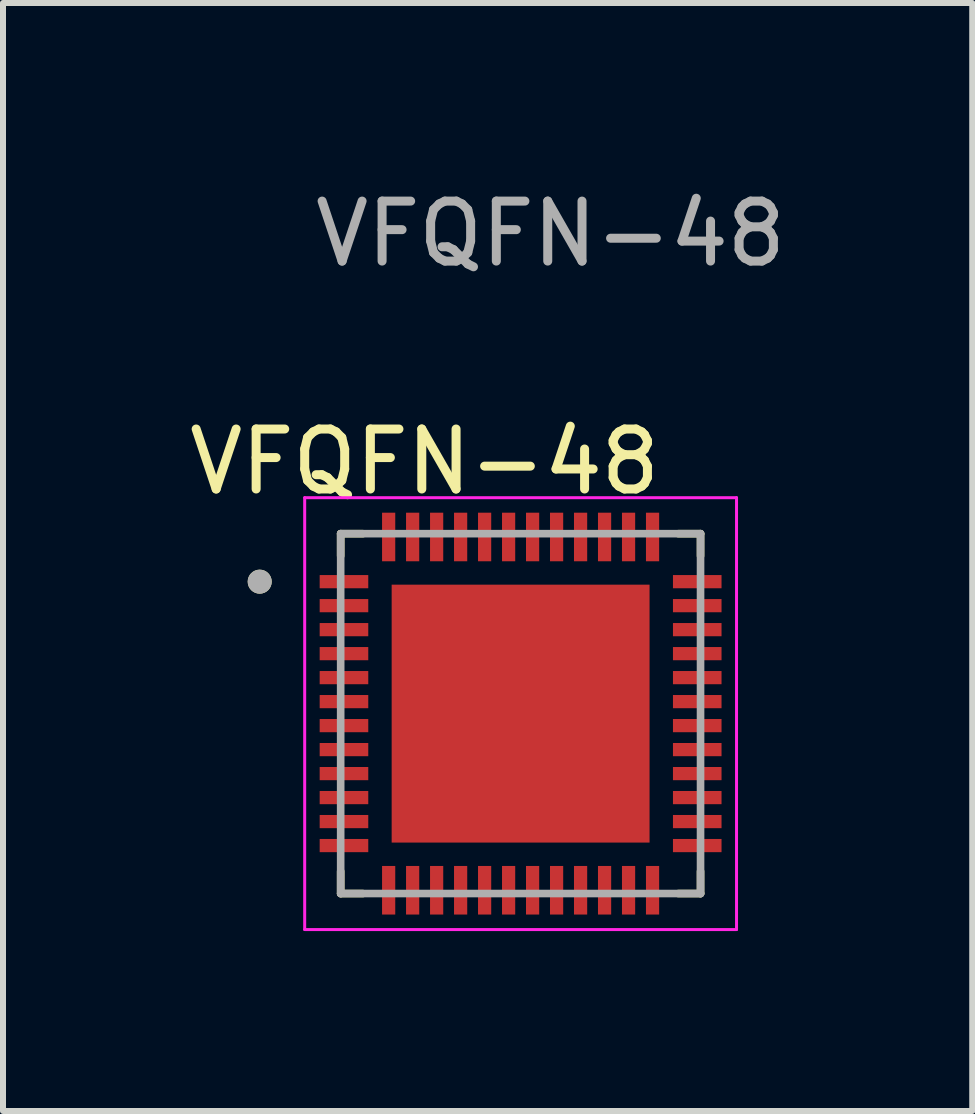
<source format=kicad_pcb>
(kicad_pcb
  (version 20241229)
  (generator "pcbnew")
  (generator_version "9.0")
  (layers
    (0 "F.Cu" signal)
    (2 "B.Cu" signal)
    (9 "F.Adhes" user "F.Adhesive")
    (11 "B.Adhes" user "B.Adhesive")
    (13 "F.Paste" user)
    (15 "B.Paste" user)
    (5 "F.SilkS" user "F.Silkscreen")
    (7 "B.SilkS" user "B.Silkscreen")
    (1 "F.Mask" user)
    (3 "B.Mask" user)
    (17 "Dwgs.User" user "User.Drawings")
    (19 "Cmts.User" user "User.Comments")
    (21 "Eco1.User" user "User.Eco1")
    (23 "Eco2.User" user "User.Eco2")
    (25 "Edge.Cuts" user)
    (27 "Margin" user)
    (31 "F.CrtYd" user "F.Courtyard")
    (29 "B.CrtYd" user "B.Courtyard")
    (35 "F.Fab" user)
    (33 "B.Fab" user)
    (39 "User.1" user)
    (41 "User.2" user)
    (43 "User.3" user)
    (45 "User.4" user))
  (footprint "VFQFN-48"
    (layer "F.Cu")
    (at 5.43 8.648)
    (property "Reference" "VFQFN-48" (at -1.4 -4 0) (unlocked yes) (layer "F.SilkS") (effects (font (size 1 1) (thickness 0.15))))
    (attr smd)
    (fp_poly (pts (xy -3.2 -2.16) (xy -2.29 -2.16) (xy -2.29 -1.84) (xy -3.2 -1.84)) (stroke (width 0.01) (type solid)) (fill yes) (layer "F.Mask"))
    (fp_poly (pts (xy -3.2 -1.76) (xy -2.29 -1.76) (xy -2.29 -1.44) (xy -3.2 -1.44)) (stroke (width 0.01) (type solid)) (fill yes) (layer "F.Mask"))
    (fp_poly (pts (xy -3.2 -1.36) (xy -2.29 -1.36) (xy -2.29 -1.04) (xy -3.2 -1.04)) (stroke (width 0.01) (type solid)) (fill yes) (layer "F.Mask"))
    (fp_poly (pts (xy -3.2 -0.96) (xy -2.29 -0.96) (xy -2.29 -0.64) (xy -3.2 -0.64)) (stroke (width 0.01) (type solid)) (fill yes) (layer "F.Mask"))
    (fp_poly (pts (xy -3.2 -0.56) (xy -2.29 -0.56) (xy -2.29 -0.24) (xy -3.2 -0.24)) (stroke (width 0.01) (type solid)) (fill yes) (layer "F.Mask"))
    (fp_poly (pts (xy -3.2 -0.16) (xy -2.29 -0.16) (xy -2.29 0.16) (xy -3.2 0.16)) (stroke (width 0.01) (type solid)) (fill yes) (layer "F.Mask"))
    (fp_poly (pts (xy -3.2 0.24) (xy -2.29 0.24) (xy -2.29 0.56) (xy -3.2 0.56)) (stroke (width 0.01) (type solid)) (fill yes) (layer "F.Mask"))
    (fp_poly (pts (xy -3.2 0.64) (xy -2.29 0.64) (xy -2.29 0.96) (xy -3.2 0.96)) (stroke (width 0.01) (type solid)) (fill yes) (layer "F.Mask"))
    (fp_poly (pts (xy -3.2 1.04) (xy -2.29 1.04) (xy -2.29 1.36) (xy -3.2 1.36)) (stroke (width 0.01) (type solid)) (fill yes) (layer "F.Mask"))
    (fp_poly (pts (xy -3.2 1.44) (xy -2.29 1.44) (xy -2.29 1.76) (xy -3.2 1.76)) (stroke (width 0.01) (type solid)) (fill yes) (layer "F.Mask"))
    (fp_poly (pts (xy -3.2 1.84) (xy -2.29 1.84) (xy -2.29 2.16) (xy -3.2 2.16)) (stroke (width 0.01) (type solid)) (fill yes) (layer "F.Mask"))
    (fp_poly (pts (xy -3.2 2.24) (xy -2.29 2.24) (xy -2.29 2.56) (xy -3.2 2.56)) (stroke (width 0.01) (type solid)) (fill yes) (layer "F.Mask"))
    (fp_poly (pts (xy -2.16 -3.2) (xy -1.84 -3.2) (xy -1.84 -2.29) (xy -2.16 -2.29)) (stroke (width 0.01) (type solid)) (fill yes) (layer "F.Mask"))
    (fp_poly (pts (xy -2.16 2.69) (xy -1.84 2.69) (xy -1.84 3.6) (xy -2.16 3.6)) (stroke (width 0.01) (type solid)) (fill yes) (layer "F.Mask"))
    (fp_poly (pts (xy -1.76 -3.2) (xy -1.44 -3.2) (xy -1.44 -2.29) (xy -1.76 -2.29)) (stroke (width 0.01) (type solid)) (fill yes) (layer "F.Mask"))
    (fp_poly (pts (xy -1.76 2.69) (xy -1.44 2.69) (xy -1.44 3.6) (xy -1.76 3.6)) (stroke (width 0.01) (type solid)) (fill yes) (layer "F.Mask"))
    (fp_poly (pts (xy -1.36 -3.2) (xy -1.04 -3.2) (xy -1.04 -2.29) (xy -1.36 -2.29)) (stroke (width 0.01) (type solid)) (fill yes) (layer "F.Mask"))
    (fp_poly (pts (xy -1.36 2.69) (xy -1.04 2.69) (xy -1.04 3.6) (xy -1.36 3.6)) (stroke (width 0.01) (type solid)) (fill yes) (layer "F.Mask"))
    (fp_poly (pts (xy -0.96 -3.2) (xy -0.64 -3.2) (xy -0.64 -2.29) (xy -0.96 -2.29)) (stroke (width 0.01) (type solid)) (fill yes) (layer "F.Mask"))
    (fp_poly (pts (xy -0.96 2.69) (xy -0.64 2.69) (xy -0.64 3.6) (xy -0.96 3.6)) (stroke (width 0.01) (type solid)) (fill yes) (layer "F.Mask"))
    (fp_poly (pts (xy -0.56 -3.2) (xy -0.24 -3.2) (xy -0.24 -2.29) (xy -0.56 -2.29)) (stroke (width 0.01) (type solid)) (fill yes) (layer "F.Mask"))
    (fp_poly (pts (xy -0.56 2.69) (xy -0.24 2.69) (xy -0.24 3.6) (xy -0.56 3.6)) (stroke (width 0.01) (type solid)) (fill yes) (layer "F.Mask"))
    (fp_poly (pts (xy -0.16 -3.2) (xy 0.16 -3.2) (xy 0.16 -2.29) (xy -0.16 -2.29)) (stroke (width 0.01) (type solid)) (fill yes) (layer "F.Mask"))
    (fp_poly (pts (xy -0.16 2.69) (xy 0.16 2.69) (xy 0.16 3.6) (xy -0.16 3.6)) (stroke (width 0.01) (type solid)) (fill yes) (layer "F.Mask"))
    (fp_poly (pts (xy 0.24 -3.2) (xy 0.56 -3.2) (xy 0.56 -2.29) (xy 0.24 -2.29)) (stroke (width 0.01) (type solid)) (fill yes) (layer "F.Mask"))
    (fp_poly (pts (xy 0.24 2.69) (xy 0.56 2.69) (xy 0.56 3.6) (xy 0.24 3.6)) (stroke (width 0.01) (type solid)) (fill yes) (layer "F.Mask"))
    (fp_poly (pts (xy 0.64 -3.2) (xy 0.96 -3.2) (xy 0.96 -2.29) (xy 0.64 -2.29)) (stroke (width 0.01) (type solid)) (fill yes) (layer "F.Mask"))
    (fp_poly (pts (xy 0.64 2.69) (xy 0.96 2.69) (xy 0.96 3.6) (xy 0.64 3.6)) (stroke (width 0.01) (type solid)) (fill yes) (layer "F.Mask"))
    (fp_poly (pts (xy 1.04 -3.2) (xy 1.36 -3.2) (xy 1.36 -2.29) (xy 1.04 -2.29)) (stroke (width 0.01) (type solid)) (fill yes) (layer "F.Mask"))
    (fp_poly (pts (xy 1.04 2.69) (xy 1.36 2.69) (xy 1.36 3.6) (xy 1.04 3.6)) (stroke (width 0.01) (type solid)) (fill yes) (layer "F.Mask"))
    (fp_poly (pts (xy 1.44 -3.2) (xy 1.76 -3.2) (xy 1.76 -2.29) (xy 1.44 -2.29)) (stroke (width 0.01) (type solid)) (fill yes) (layer "F.Mask"))
    (fp_poly (pts (xy 1.44 2.69) (xy 1.76 2.69) (xy 1.76 3.6) (xy 1.44 3.6)) (stroke (width 0.01) (type solid)) (fill yes) (layer "F.Mask"))
    (fp_poly (pts (xy 1.84 -3.2) (xy 2.16 -3.2) (xy 2.16 -2.29) (xy 1.84 -2.29)) (stroke (width 0.01) (type solid)) (fill yes) (layer "F.Mask"))
    (fp_poly (pts (xy 1.84 2.69) (xy 2.16 2.69) (xy 2.16 3.6) (xy 1.84 3.6)) (stroke (width 0.01) (type solid)) (fill yes) (layer "F.Mask"))
    (fp_poly (pts (xy 2.24 -3.2) (xy 2.56 -3.2) (xy 2.56 -2.29) (xy 2.24 -2.29)) (stroke (width 0.01) (type solid)) (fill yes) (layer "F.Mask"))
    (fp_poly (pts (xy 2.24 2.69) (xy 2.56 2.69) (xy 2.56 3.6) (xy 2.24 3.6)) (stroke (width 0.01) (type solid)) (fill yes) (layer "F.Mask"))
    (fp_poly (pts (xy 2.69 -2.16) (xy 3.6 -2.16) (xy 3.6 -1.84) (xy 2.69 -1.84)) (stroke (width 0.01) (type solid)) (fill yes) (layer "F.Mask"))
    (fp_poly (pts (xy 2.69 -1.76) (xy 3.6 -1.76) (xy 3.6 -1.44) (xy 2.69 -1.44)) (stroke (width 0.01) (type solid)) (fill yes) (layer "F.Mask"))
    (fp_poly (pts (xy 2.69 -1.36) (xy 3.6 -1.36) (xy 3.6 -1.04) (xy 2.69 -1.04)) (stroke (width 0.01) (type solid)) (fill yes) (layer "F.Mask"))
    (fp_poly (pts (xy 2.69 -0.96) (xy 3.6 -0.96) (xy 3.6 -0.64) (xy 2.69 -0.64)) (stroke (width 0.01) (type solid)) (fill yes) (layer "F.Mask"))
    (fp_poly (pts (xy 2.69 -0.56) (xy 3.6 -0.56) (xy 3.6 -0.24) (xy 2.69 -0.24)) (stroke (width 0.01) (type solid)) (fill yes) (layer "F.Mask"))
    (fp_poly (pts (xy 2.69 -0.16) (xy 3.6 -0.16) (xy 3.6 0.16) (xy 2.69 0.16)) (stroke (width 0.01) (type solid)) (fill yes) (layer "F.Mask"))
    (fp_poly (pts (xy 2.69 0.24) (xy 3.6 0.24) (xy 3.6 0.56) (xy 2.69 0.56)) (stroke (width 0.01) (type solid)) (fill yes) (layer "F.Mask"))
    (fp_poly (pts (xy 2.69 0.64) (xy 3.6 0.64) (xy 3.6 0.96) (xy 2.69 0.96)) (stroke (width 0.01) (type solid)) (fill yes) (layer "F.Mask"))
    (fp_poly (pts (xy 2.69 1.04) (xy 3.6 1.04) (xy 3.6 1.36) (xy 2.69 1.36)) (stroke (width 0.01) (type solid)) (fill yes) (layer "F.Mask"))
    (fp_poly (pts (xy 2.69 1.44) (xy 3.6 1.44) (xy 3.6 1.76) (xy 2.69 1.76)) (stroke (width 0.01) (type solid)) (fill yes) (layer "F.Mask"))
    (fp_poly (pts (xy 2.69 1.84) (xy 3.6 1.84) (xy 3.6 2.16) (xy 2.69 2.16)) (stroke (width 0.01) (type solid)) (fill yes) (layer "F.Mask"))
    (fp_poly (pts (xy 2.69 2.24) (xy 3.6 2.24) (xy 3.6 2.56) (xy 2.69 2.56)) (stroke (width 0.01) (type solid)) (fill yes) (layer "F.Mask"))
    (fp_line (start -2.8 -2.43) (end -2.8 -2.8) (stroke (width 0.127) (type solid)) (layer "F.SilkS"))
    (fp_line (start -2.8 3.2) (end -2.8 2.83) (stroke (width 0.127) (type solid)) (layer "F.SilkS"))
    (fp_line (start -2.43 -2.8) (end -2.8 -2.8) (stroke (width 0.127) (type solid)) (layer "F.SilkS"))
    (fp_line (start -2.43 3.2) (end -2.8 3.2) (stroke (width 0.127) (type solid)) (layer "F.SilkS"))
    (fp_line (start 3.2 -2.8) (end 2.83 -2.8) (stroke (width 0.127) (type solid)) (layer "F.SilkS"))
    (fp_line (start 3.2 -2.43) (end 3.2 -2.8) (stroke (width 0.127) (type solid)) (layer "F.SilkS"))
    (fp_line (start 3.2 3.2) (end 2.83 3.2) (stroke (width 0.127) (type solid)) (layer "F.SilkS"))
    (fp_line (start 3.2 3.2) (end 3.2 2.83) (stroke (width 0.127) (type solid)) (layer "F.SilkS"))
    (fp_circle (center -4.15 -2) (end -4.05 -2) (stroke (width 0.2) (type solid)) (fill no) (layer "F.SilkS"))
    (fp_poly (pts (xy -1.425 -1.425) (xy -0.065 -1.425) (xy -0.065 -0.065) (xy -1.425 -0.065)) (stroke (width 0.01) (type solid)) (fill yes) (layer "F.Paste"))
    (fp_poly (pts (xy -1.425 0.465) (xy -0.065 0.465) (xy -0.065 1.825) (xy -1.425 1.825)) (stroke (width 0.01) (type solid)) (fill yes) (layer "F.Paste"))
    (fp_poly (pts (xy 0.465 -1.425) (xy 1.825 -1.425) (xy 1.825 -0.065) (xy 0.465 -0.065)) (stroke (width 0.01) (type solid)) (fill yes) (layer "F.Paste"))
    (fp_poly (pts (xy 0.465 0.465) (xy 1.825 0.465) (xy 1.825 1.825) (xy 0.465 1.825)) (stroke (width 0.01) (type solid)) (fill yes) (layer "F.Paste"))
    (fp_line (start -3.4 -3.4) (end -3.4 3.8) (stroke (width 0.05) (type solid)) (layer "F.CrtYd"))
    (fp_line (start -3.4 3.8) (end 3.8 3.8) (stroke (width 0.05) (type solid)) (layer "F.CrtYd"))
    (fp_line (start 3.8 -3.4) (end -3.4 -3.4) (stroke (width 0.05) (type solid)) (layer "F.CrtYd"))
    (fp_line (start 3.8 3.8) (end 3.8 -3.4) (stroke (width 0.05) (type solid)) (layer "F.CrtYd"))
    (fp_line (start -2.8 3.2) (end -2.8 -2.8) (stroke (width 0.127) (type solid)) (layer "F.Fab"))
    (fp_line (start 3.2 -2.8) (end -2.8 -2.8) (stroke (width 0.127) (type solid)) (layer "F.Fab"))
    (fp_line (start 3.2 3.2) (end -2.8 3.2) (stroke (width 0.127) (type solid)) (layer "F.Fab"))
    (fp_line (start 3.2 3.2) (end 3.2 -2.8) (stroke (width 0.127) (type solid)) (layer "F.Fab"))
    (fp_circle (center -4.15 -2) (end -4.05 -2) (stroke (width 0.2) (type solid)) (fill no) (layer "F.Fab"))
    (fp_text user "${REFERENCE}" (at 0.7 -7.8 0) (unlocked yes) (layer "F.Fab") (effects (font (size 1 1) (thickness 0.15))))
    (pad "1" smd rect (at -2.745 -2) (size 0.81 0.22) (layers "F.Cu" "F.Paste"))
    (pad "2" smd rect (at -2.745 -1.6) (size 0.81 0.22) (layers "F.Cu" "F.Paste"))
    (pad "3" smd rect (at -2.745 -1.2) (size 0.81 0.22) (layers "F.Cu" "F.Paste"))
    (pad "4" smd rect (at -2.745 -0.8) (size 0.81 0.22) (layers "F.Cu" "F.Paste"))
    (pad "5" smd rect (at -2.745 -0.4) (size 0.81 0.22) (layers "F.Cu" "F.Paste"))
    (pad "6" smd rect (at -2.745 0) (size 0.81 0.22) (layers "F.Cu" "F.Paste"))
    (pad "7" smd rect (at -2.745 0.4) (size 0.81 0.22) (layers "F.Cu" "F.Paste"))
    (pad "8" smd rect (at -2.745 0.8) (size 0.81 0.22) (layers "F.Cu" "F.Paste"))
    (pad "9" smd rect (at -2.745 1.2) (size 0.81 0.22) (layers "F.Cu" "F.Paste"))
    (pad "10" smd rect (at -2.745 1.6) (size 0.81 0.22) (layers "F.Cu" "F.Paste"))
    (pad "11" smd rect (at -2.745 2) (size 0.81 0.22) (layers "F.Cu" "F.Paste"))
    (pad "12" smd rect (at -2.745 2.4) (size 0.81 0.22) (layers "F.Cu" "F.Paste"))
    (pad "13" smd rect (at -2 3.145) (size 0.22 0.81) (layers "F.Cu" "F.Paste"))
    (pad "14" smd rect (at -1.6 3.145) (size 0.22 0.81) (layers "F.Cu" "F.Paste"))
    (pad "15" smd rect (at -1.2 3.145) (size 0.22 0.81) (layers "F.Cu" "F.Paste"))
    (pad "16" smd rect (at -0.8 3.145) (size 0.22 0.81) (layers "F.Cu" "F.Paste"))
    (pad "17" smd rect (at -0.4 3.145) (size 0.22 0.81) (layers "F.Cu" "F.Paste"))
    (pad "18" smd rect (at 0 3.145) (size 0.22 0.81) (layers "F.Cu" "F.Paste"))
    (pad "19" smd rect (at 0.4 3.145) (size 0.22 0.81) (layers "F.Cu" "F.Paste"))
    (pad "20" smd rect (at 0.8 3.145) (size 0.22 0.81) (layers "F.Cu" "F.Paste"))
    (pad "21" smd rect (at 1.2 3.145) (size 0.22 0.81) (layers "F.Cu" "F.Paste"))
    (pad "22" smd rect (at 1.6 3.145) (size 0.22 0.81) (layers "F.Cu" "F.Paste"))
    (pad "23" smd rect (at 2 3.145) (size 0.22 0.81) (layers "F.Cu" "F.Paste"))
    (pad "24" smd rect (at 2.4 3.145) (size 0.22 0.81) (layers "F.Cu" "F.Paste"))
    (pad "25" smd rect (at 3.145 2.4) (size 0.81 0.22) (layers "F.Cu" "F.Paste"))
    (pad "26" smd rect (at 3.145 2) (size 0.81 0.22) (layers "F.Cu" "F.Paste"))
    (pad "27" smd rect (at 3.145 1.6) (size 0.81 0.22) (layers "F.Cu" "F.Paste"))
    (pad "28" smd rect (at 3.145 1.2) (size 0.81 0.22) (layers "F.Cu" "F.Paste"))
    (pad "29" smd rect (at 3.145 0.8) (size 0.81 0.22) (layers "F.Cu" "F.Paste"))
    (pad "30" smd rect (at 3.145 0.4) (size 0.81 0.22) (layers "F.Cu" "F.Paste"))
    (pad "31" smd rect (at 3.145 0) (size 0.81 0.22) (layers "F.Cu" "F.Paste"))
    (pad "32" smd rect (at 3.145 -0.4) (size 0.81 0.22) (layers "F.Cu" "F.Paste"))
    (pad "33" smd rect (at 3.145 -0.8) (size 0.81 0.22) (layers "F.Cu" "F.Paste"))
    (pad "34" smd rect (at 3.145 -1.2) (size 0.81 0.22) (layers "F.Cu" "F.Paste"))
    (pad "35" smd rect (at 3.145 -1.6) (size 0.81 0.22) (layers "F.Cu" "F.Paste"))
    (pad "36" smd rect (at 3.145 -2) (size 0.81 0.22) (layers "F.Cu" "F.Paste"))
    (pad "37" smd rect (at 2.4 -2.745) (size 0.22 0.81) (layers "F.Cu" "F.Paste"))
    (pad "38" smd rect (at 2 -2.745) (size 0.22 0.81) (layers "F.Cu" "F.Paste"))
    (pad "39" smd rect (at 1.6 -2.745) (size 0.22 0.81) (layers "F.Cu" "F.Paste"))
    (pad "40" smd rect (at 1.2 -2.745) (size 0.22 0.81) (layers "F.Cu" "F.Paste"))
    (pad "41" smd rect (at 0.8 -2.745) (size 0.22 0.81) (layers "F.Cu" "F.Paste"))
    (pad "42" smd rect (at 0.4 -2.745) (size 0.22 0.81) (layers "F.Cu" "F.Paste"))
    (pad "43" smd rect (at 0 -2.745) (size 0.22 0.81) (layers "F.Cu" "F.Paste"))
    (pad "44" smd rect (at -0.4 -2.745) (size 0.22 0.81) (layers "F.Cu" "F.Paste"))
    (pad "45" smd rect (at -0.8 -2.745) (size 0.22 0.81) (layers "F.Cu" "F.Paste"))
    (pad "46" smd rect (at -1.2 -2.745) (size 0.22 0.81) (layers "F.Cu" "F.Paste"))
    (pad "47" smd rect (at -1.6 -2.745) (size 0.22 0.81) (layers "F.Cu" "F.Paste"))
    (pad "48" smd rect (at -2 -2.745) (size 0.22 0.81) (layers "F.Cu" "F.Paste"))
    (pad "49" smd rect (at 0.2 0.2) (size 4.3 4.3) (layers "F.Cu" "F.Mask")))
  (gr_rect
    (start -3 -3)
    (end 13.16 15.473)
    (stroke (width 0.1) (type default))
    (fill no)
    (layer "Edge.Cuts")))
</source>
